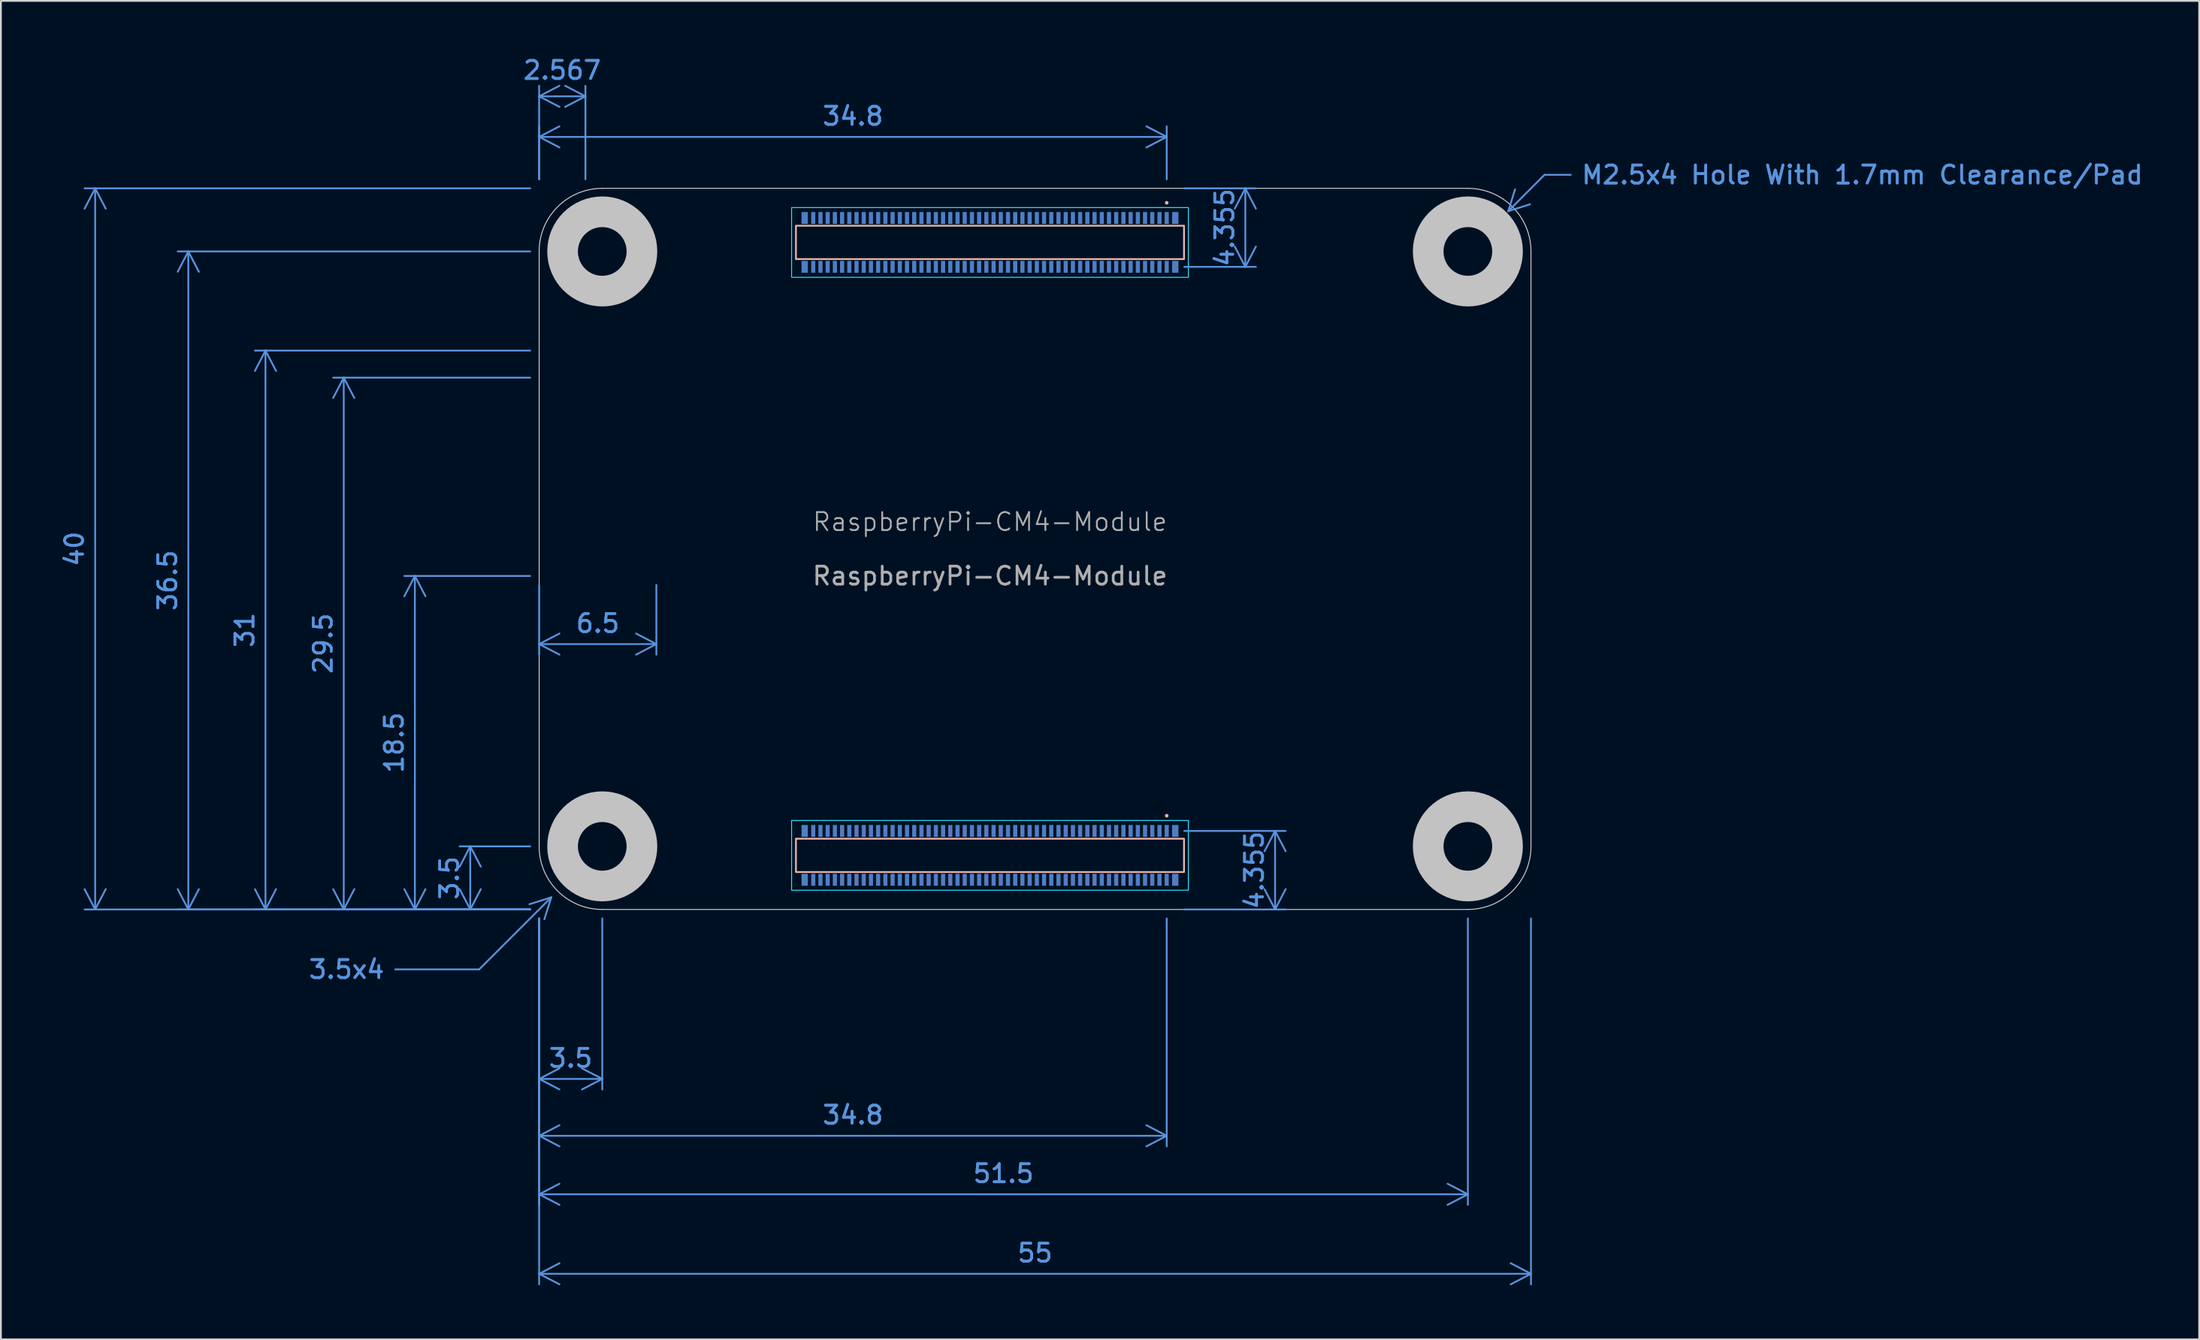
<source format=kicad_pcb>
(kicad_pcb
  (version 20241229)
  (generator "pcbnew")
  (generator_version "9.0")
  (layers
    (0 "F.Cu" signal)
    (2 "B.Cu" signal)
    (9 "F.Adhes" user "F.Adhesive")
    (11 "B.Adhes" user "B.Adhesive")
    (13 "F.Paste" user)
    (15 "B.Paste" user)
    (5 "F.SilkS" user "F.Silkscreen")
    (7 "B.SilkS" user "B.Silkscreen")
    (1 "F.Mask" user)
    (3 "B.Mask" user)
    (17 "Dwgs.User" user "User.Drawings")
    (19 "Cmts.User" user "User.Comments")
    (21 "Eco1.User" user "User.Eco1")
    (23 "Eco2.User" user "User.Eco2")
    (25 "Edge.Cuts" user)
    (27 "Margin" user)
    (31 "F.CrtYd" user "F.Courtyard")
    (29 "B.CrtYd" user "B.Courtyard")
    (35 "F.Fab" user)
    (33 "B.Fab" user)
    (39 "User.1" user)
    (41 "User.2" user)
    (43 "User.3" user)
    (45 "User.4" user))
  (footprint "RaspberryPi-CM4-Module"
    (layer "F.Cu")
    (at 51.847 47.398)
    (property "Reference" "RaspberryPi-CM4-Module" (at 0 -21.5 0) (unlocked yes) (layer "F.Fab") (effects (font (size 1 1) (thickness 0.1))))
    (attr smd)
    (fp_rect (start -10.76 -37.925) (end 10.76 -36.075) (stroke (width 0.1) (type solid)) (fill no) (layer "B.SilkS"))
    (fp_rect (start -10.76 -3.925) (end 10.76 -2.075) (stroke (width 0.1) (type solid)) (fill no) (layer "B.SilkS"))
    (fp_circle (center 9.8 -39.2) (end 9.9 -39.2) (stroke (width 0) (type default)) (fill yes) (layer "B.SilkS"))
    (fp_circle (center 9.8 -5.2) (end 9.9 -5.2) (stroke (width 0) (type default)) (fill yes) (layer "B.SilkS"))
    (fp_circle (center -21.5 -36.5) (end -19.3 -36.5) (stroke (width 1.7) (type default)) (fill no) (layer "Dwgs.User"))
    (fp_circle (center -21.5 -3.5) (end -19.3 -3.5) (stroke (width 1.7) (type default)) (fill no) (layer "Dwgs.User"))
    (fp_circle (center 26.5 -36.5) (end 28.7 -36.5) (stroke (width 1.7) (type default)) (fill no) (layer "Dwgs.User"))
    (fp_circle (center 26.5 -3.5) (end 28.7 -3.5) (stroke (width 1.7) (type default)) (fill no) (layer "Dwgs.User"))
    (fp_line (start -25 -3.5) (end -25 -36.5) (stroke (width 0.05) (type default)) (layer "Edge.Cuts"))
    (fp_line (start -21.5 -40) (end 26.5 -40) (stroke (width 0.05) (type default)) (layer "Edge.Cuts"))
    (fp_line (start 26.5 0) (end -21.5 0) (stroke (width 0.05) (type default)) (layer "Edge.Cuts"))
    (fp_line (start 30 -36.5) (end 30 -3.5) (stroke (width 0.05) (type default)) (layer "Edge.Cuts"))
    (fp_arc (start -25 -36.5) (mid -23.974874 -38.974874) (end -21.5 -40) (stroke (width 0.05) (type default)) (layer "Edge.Cuts"))
    (fp_arc (start -21.5 0) (mid -23.974874 -1.025126) (end -25 -3.5) (stroke (width 0.05) (type default)) (layer "Edge.Cuts"))
    (fp_arc (start 26.5 -40) (mid 28.974874 -38.974874) (end 30 -36.5) (stroke (width 0.05) (type default)) (layer "Edge.Cuts"))
    (fp_arc (start 30 -3.5) (mid 28.974874 -1.025126) (end 26.5 0) (stroke (width 0.05) (type default)) (layer "Edge.Cuts"))
    (fp_rect (start -11 -38.935) (end 11 -35.065) (stroke (width 0.05) (type solid)) (fill no) (layer "B.CrtYd"))
    (fp_rect (start -11 -4.935) (end 11 -1.065) (stroke (width 0.05) (type solid)) (fill no) (layer "B.CrtYd"))
    (fp_circle (center -22.433 -31) (end -21.433 -31) (stroke (width 0.1) (type default)) (fill no) (layer "User.3"))
    (fp_rect (start -25 -29.5) (end -18.5 -18.5) (stroke (width 0.1) (type dash)) (fill no) (layer "User.4"))
    (fp_text user "${REFERENCE}" (at 0 -18.5 0) (unlocked yes) (layer "F.Fab") (effects (font (size 1 1) (thickness 0.15))))
    (fp_text user "U.FL" (at -21.483 -31 0) (unlocked yes) (layer "User.3") (effects (font (size 1 1) (thickness 0.15)) (justify left)))
    (fp_text user "Cutout" (at -20.18 -24 90) (unlocked yes) (layer "User.4") (effects (font (size 1.5 1.5) (thickness 0.165))))
    (fp_text user "Wireless" (at -23.305 -24 90) (unlocked yes) (layer "User.4") (effects (font (size 1.5 1.5) (thickness 0.165))))
    (dimension (type leader) (layer "Cmts.User") (pts (xy 27.873 46.373) (xy 23.522 50.723)) (format (prefix "") (suffix "") (units 0) (units_format 0) (precision 4) (override_value "3.5x4")) (style (thickness 0.1) (arrow_length 1.27) (text_position_mode 0) (text_frame 0) (extension_offset 0.5)) (gr_text "3.5x4" (at 16.172 50.723 0) (layer "Cmts.User") (effects (font (size 1 1) (thickness 0.15)))))
    (dimension (type leader) (layer "Cmts.User") (pts (xy 80.232 9.018) (xy 82.597 6.648)) (format (prefix "") (suffix "") (units 0) (units_format 0) (precision 4) (override_value "M2.5x4 Hole With 1.7mm Clearance/Pad")) (style (thickness 0.1) (arrow_length 1.27) (text_position_mode 0) (text_frame 0) (extension_offset 0.5)) (gr_text "M2.5x4 Hole With 1.7mm Clearance/Pad" (at 100.227 6.648 0) (layer "Cmts.User") (effects (font (size 1 1) (thickness 0.15)))))
    (dimension (type orthogonal) (layer "Cmts.User") (pts (xy 26.847 28.898) (xy 33.347 28.898)) (height 3.78) (orientation 0) (format (prefix "") (suffix "") (units 3) (units_format 0) (precision 4) (suppress_zeroes yes)) (style (thickness 0.1) (arrow_length 1.27) (text_position_mode 0) (arrow_direction outward) (extension_height 0.586) (extension_offset 0.5) (keep_text_aligned yes)) (gr_text "6.5" (at 30.097 31.528 0) (layer "Cmts.User") (effects (font (size 1 1) (thickness 0.15)))))
    (dimension (type orthogonal) (layer "Cmts.User") (pts (xy 26.847 47.398) (xy 78.347 47.398)) (height 15.8) (orientation 0) (format (prefix "") (suffix "") (units 3) (units_format 0) (precision 4) (suppress_zeroes yes)) (style (thickness 0.1) (arrow_length 1.27) (text_position_mode 0) (arrow_direction outward) (extension_height 0.586) (extension_offset 0.5) (keep_text_aligned yes)) (gr_text "51.5" (at 52.597 62.048 0) (layer "Cmts.User") (effects (font (size 1 1) (thickness 0.15)))))
    (dimension (type orthogonal) (layer "Cmts.User") (pts (xy 62.122 43.043) (xy 62.122 47.398)) (height 5.535) (orientation 1) (format (prefix "") (suffix "") (units 3) (units_format 0) (precision 4) (suppress_zeroes yes)) (style (thickness 0.1) (arrow_length 1.27) (text_position_mode 0) (arrow_direction outward) (extension_height 0.586) (extension_offset 0.5) (keep_text_aligned yes)) (gr_text "4.355" (at 66.507 45.221 90) (layer "Cmts.User") (effects (font (size 1 1) (thickness 0.15)))))
    (dimension (type orthogonal) (layer "Cmts.User") (pts (xy 26.847 7.398) (xy 61.647 7.398)) (height -2.855) (orientation 0) (format (prefix "") (suffix "") (units 3) (units_format 0) (precision 4) (suppress_zeroes yes)) (style (thickness 0.1) (arrow_length 1.27) (text_position_mode 0) (arrow_direction outward) (extension_height 0.586) (extension_offset 0.5) (keep_text_aligned yes)) (gr_text "34.8" (at 44.247 3.393 0) (layer "Cmts.User") (effects (font (size 1 1) (thickness 0.15)))))
    (dimension (type orthogonal) (layer "Cmts.User") (pts (xy 26.847 47.398) (xy 26.847 28.898)) (height -6.89) (orientation 1) (format (prefix "") (suffix "") (units 3) (units_format 0) (precision 4) (suppress_zeroes yes)) (style (thickness 0.1) (arrow_length 1.27) (text_position_mode 0) (arrow_direction outward) (extension_height 0.586) (extension_offset 0.5) (keep_text_aligned yes)) (gr_text "18.5" (at 18.807 38.148 90) (layer "Cmts.User") (effects (font (size 1 1) (thickness 0.15)))))
    (dimension (type orthogonal) (layer "Cmts.User") (pts (xy 62.122 11.753) (xy 62.122 7.398)) (height 3.885) (orientation 1) (format (prefix "") (suffix "") (units 3) (units_format 0) (precision 4) (suppress_zeroes yes)) (style (thickness 0.1) (arrow_length 1.27) (text_position_mode 0) (arrow_direction outward) (extension_height 0.586) (extension_offset 0.5) (keep_text_aligned yes)) (gr_text "4.355" (at 64.857 9.576 90) (layer "Cmts.User") (effects (font (size 1 1) (thickness 0.15)))))
    (dimension (type orthogonal) (layer "Cmts.User") (pts (xy 26.847 47.398) (xy 26.847 7.398)) (height -24.62) (orientation 1) (format (prefix "") (suffix "") (units 3) (units_format 0) (precision 4) (suppress_zeroes yes)) (style (thickness 0.1) (arrow_length 1.27) (text_position_mode 0) (arrow_direction outward) (extension_height 0.586) (extension_offset 0.5) (keep_text_aligned yes)) (gr_text "40" (at 1.077 27.398 90) (layer "Cmts.User") (effects (font (size 1 1) (thickness 0.15)))))
    (dimension (type orthogonal) (layer "Cmts.User") (pts (xy 30.347 47.398) (xy 26.847 47.398)) (height 9.4) (orientation 0) (format (prefix "") (suffix "") (units 3) (units_format 0) (precision 4) (suppress_zeroes yes)) (style (thickness 0.1) (arrow_length 1.27) (text_position_mode 0) (arrow_direction outward) (extension_height 0.586) (extension_offset 0.5) (keep_text_aligned yes)) (gr_text "3.5" (at 28.597 55.648 0) (layer "Cmts.User") (effects (font (size 1 1) (thickness 0.15)))))
    (dimension (type orthogonal) (layer "Cmts.User") (pts (xy 26.847 47.398) (xy 26.847 43.898)) (height -3.82) (orientation 1) (format (prefix "") (suffix "") (units 3) (units_format 0) (precision 4) (suppress_zeroes yes)) (style (thickness 0.1) (arrow_length 1.27) (text_position_mode 0) (arrow_direction outward) (extension_height 0.586) (extension_offset 0.5) (keep_text_aligned yes)) (gr_text "3.5" (at 21.877 45.648 90) (layer "Cmts.User") (effects (font (size 1 1) (thickness 0.15)))))
    (dimension (type orthogonal) (layer "Cmts.User") (pts (xy 26.847 47.398) (xy 26.847 10.898)) (height -19.455) (orientation 1) (format (prefix "") (suffix "") (units 3) (units_format 0) (precision 4) (suppress_zeroes yes)) (style (thickness 0.1) (arrow_length 1.27) (text_position_mode 0) (arrow_direction outward) (extension_height 0.586) (extension_offset 0.5) (keep_text_aligned yes)) (gr_text "36.5" (at 6.242 29.148 90) (layer "Cmts.User") (effects (font (size 1 1) (thickness 0.15)))))
    (dimension (type orthogonal) (layer "Cmts.User") (pts (xy 26.847 47.398) (xy 26.847 17.898)) (height -10.835) (orientation 1) (format (prefix "") (suffix "") (units 3) (units_format 0) (precision 4) (suppress_zeroes yes)) (style (thickness 0.1) (arrow_length 1.27) (text_position_mode 0) (arrow_direction outward) (extension_height 0.586) (extension_offset 0.5) (keep_text_aligned yes)) (gr_text "29.5" (at 14.862 32.648 90) (layer "Cmts.User") (effects (font (size 1 1) (thickness 0.15)))))
    (dimension (type orthogonal) (layer "Cmts.User") (pts (xy 26.847 47.398) (xy 61.647 47.398)) (height 12.555) (orientation 0) (format (prefix "") (suffix "") (units 3) (units_format 0) (precision 4) (suppress_zeroes yes)) (style (thickness 0.1) (arrow_length 1.27) (text_position_mode 0) (arrow_direction outward) (extension_height 0.586) (extension_offset 0.5) (keep_text_aligned yes)) (gr_text "34.8" (at 44.247 58.803 0) (layer "Cmts.User") (effects (font (size 1 1) (thickness 0.15)))))
    (dimension (type orthogonal) (layer "Cmts.User") (pts (xy 26.847 47.398) (xy 81.847 47.398)) (height 20.21) (orientation 0) (format (prefix "") (suffix "") (units 3) (units_format 0) (precision 4) (suppress_zeroes yes)) (style (thickness 0.1) (arrow_length 1.27) (text_position_mode 0) (arrow_direction outward) (extension_height 0.586) (extension_offset 0.5) (keep_text_aligned yes)) (gr_text "55" (at 54.347 66.458 0) (layer "Cmts.User") (effects (font (size 1 1) (thickness 0.15)))))
    (dimension (type orthogonal) (layer "Cmts.User") (pts (xy 26.847 47.398) (xy 26.847 16.398)) (height -15.175) (orientation 1) (format (prefix "") (suffix "") (units 3) (units_format 0) (precision 4) (suppress_zeroes yes)) (style (thickness 0.1) (arrow_length 1.27) (text_position_mode 0) (arrow_direction outward) (extension_height 0.586) (extension_offset 0.5) (keep_text_aligned yes)) (gr_text "31" (at 10.522 31.898 90) (layer "Cmts.User") (effects (font (size 1 1) (thickness 0.15)))))
    (dimension (type orthogonal) (layer "Cmts.User") (pts (xy 29.414 7.398) (xy 26.847 7.398)) (height -5.105) (orientation 0) (format (prefix "") (suffix "") (units 3) (units_format 0) (precision 4) (suppress_zeroes yes)) (style (thickness 0.1) (arrow_length 1.27) (text_position_mode 2) (arrow_direction outward) (extension_height 0.586) (extension_offset 0.5) (keep_text_aligned yes)) (gr_text "2.567" (at 28.127 0.848 0) (layer "Cmts.User") (effects (font (size 1 1) (thickness 0.15)))))
    (pad "1" smd rect (at 9.8 -38.355) (size 0.23 0.66) (layers "B.Cu" "B.Mask" "B.Paste"))
    (pad "1" smd rect (at 9.8 -4.355) (size 0.23 0.66) (layers "B.Cu" "B.Mask" "B.Paste"))
    (pad "2" smd rect (at 9.8 -35.645) (size 0.23 0.66) (layers "B.Cu" "B.Mask" "B.Paste"))
    (pad "2" smd rect (at 9.8 -1.645) (size 0.23 0.66) (layers "B.Cu" "B.Mask" "B.Paste"))
    (pad "3" smd rect (at 9.4 -38.355) (size 0.23 0.66) (layers "B.Cu" "B.Mask" "B.Paste"))
    (pad "3" smd rect (at 9.4 -4.355) (size 0.23 0.66) (layers "B.Cu" "B.Mask" "B.Paste"))
    (pad "4" smd rect (at 9.4 -35.645) (size 0.23 0.66) (layers "B.Cu" "B.Mask" "B.Paste"))
    (pad "4" smd rect (at 9.4 -1.645) (size 0.23 0.66) (layers "B.Cu" "B.Mask" "B.Paste"))
    (pad "5" smd rect (at 9 -38.355) (size 0.23 0.66) (layers "B.Cu" "B.Mask" "B.Paste"))
    (pad "5" smd rect (at 9 -4.355) (size 0.23 0.66) (layers "B.Cu" "B.Mask" "B.Paste"))
    (pad "6" smd rect (at 9 -35.645) (size 0.23 0.66) (layers "B.Cu" "B.Mask" "B.Paste"))
    (pad "6" smd rect (at 9 -1.645) (size 0.23 0.66) (layers "B.Cu" "B.Mask" "B.Paste"))
    (pad "7" smd rect (at 8.6 -38.355) (size 0.23 0.66) (layers "B.Cu" "B.Mask" "B.Paste"))
    (pad "7" smd rect (at 8.6 -4.355) (size 0.23 0.66) (layers "B.Cu" "B.Mask" "B.Paste"))
    (pad "8" smd rect (at 8.6 -35.645) (size 0.23 0.66) (layers "B.Cu" "B.Mask" "B.Paste"))
    (pad "8" smd rect (at 8.6 -1.645) (size 0.23 0.66) (layers "B.Cu" "B.Mask" "B.Paste"))
    (pad "9" smd rect (at 8.2 -38.355) (size 0.23 0.66) (layers "B.Cu" "B.Mask" "B.Paste"))
    (pad "9" smd rect (at 8.2 -4.355) (size 0.23 0.66) (layers "B.Cu" "B.Mask" "B.Paste"))
    (pad "10" smd rect (at 8.2 -35.645) (size 0.23 0.66) (layers "B.Cu" "B.Mask" "B.Paste"))
    (pad "10" smd rect (at 8.2 -1.645) (size 0.23 0.66) (layers "B.Cu" "B.Mask" "B.Paste"))
    (pad "11" smd rect (at 7.8 -38.355) (size 0.23 0.66) (layers "B.Cu" "B.Mask" "B.Paste"))
    (pad "11" smd rect (at 7.8 -4.355) (size 0.23 0.66) (layers "B.Cu" "B.Mask" "B.Paste"))
    (pad "12" smd rect (at 7.8 -35.645) (size 0.23 0.66) (layers "B.Cu" "B.Mask" "B.Paste"))
    (pad "12" smd rect (at 7.8 -1.645) (size 0.23 0.66) (layers "B.Cu" "B.Mask" "B.Paste"))
    (pad "13" smd rect (at 7.4 -38.355) (size 0.23 0.66) (layers "B.Cu" "B.Mask" "B.Paste"))
    (pad "13" smd rect (at 7.4 -4.355) (size 0.23 0.66) (layers "B.Cu" "B.Mask" "B.Paste"))
    (pad "14" smd rect (at 7.4 -35.645) (size 0.23 0.66) (layers "B.Cu" "B.Mask" "B.Paste"))
    (pad "14" smd rect (at 7.4 -1.645) (size 0.23 0.66) (layers "B.Cu" "B.Mask" "B.Paste"))
    (pad "15" smd rect (at 7 -38.355) (size 0.23 0.66) (layers "B.Cu" "B.Mask" "B.Paste"))
    (pad "15" smd rect (at 7 -4.355) (size 0.23 0.66) (layers "B.Cu" "B.Mask" "B.Paste"))
    (pad "16" smd rect (at 7 -35.645) (size 0.23 0.66) (layers "B.Cu" "B.Mask" "B.Paste"))
    (pad "16" smd rect (at 7 -1.645) (size 0.23 0.66) (layers "B.Cu" "B.Mask" "B.Paste"))
    (pad "17" smd rect (at 6.6 -38.355) (size 0.23 0.66) (layers "B.Cu" "B.Mask" "B.Paste"))
    (pad "17" smd rect (at 6.6 -4.355) (size 0.23 0.66) (layers "B.Cu" "B.Mask" "B.Paste"))
    (pad "18" smd rect (at 6.6 -35.645) (size 0.23 0.66) (layers "B.Cu" "B.Mask" "B.Paste"))
    (pad "18" smd rect (at 6.6 -1.645) (size 0.23 0.66) (layers "B.Cu" "B.Mask" "B.Paste"))
    (pad "19" smd rect (at 6.2 -38.355) (size 0.23 0.66) (layers "B.Cu" "B.Mask" "B.Paste"))
    (pad "19" smd rect (at 6.2 -4.355) (size 0.23 0.66) (layers "B.Cu" "B.Mask" "B.Paste"))
    (pad "20" smd rect (at 6.2 -35.645) (size 0.23 0.66) (layers "B.Cu" "B.Mask" "B.Paste"))
    (pad "20" smd rect (at 6.2 -1.645) (size 0.23 0.66) (layers "B.Cu" "B.Mask" "B.Paste"))
    (pad "21" smd rect (at 5.8 -38.355) (size 0.23 0.66) (layers "B.Cu" "B.Mask" "B.Paste"))
    (pad "21" smd rect (at 5.8 -4.355) (size 0.23 0.66) (layers "B.Cu" "B.Mask" "B.Paste"))
    (pad "22" smd rect (at 5.8 -35.645) (size 0.23 0.66) (layers "B.Cu" "B.Mask" "B.Paste"))
    (pad "22" smd rect (at 5.8 -1.645) (size 0.23 0.66) (layers "B.Cu" "B.Mask" "B.Paste"))
    (pad "23" smd rect (at 5.4 -38.355) (size 0.23 0.66) (layers "B.Cu" "B.Mask" "B.Paste"))
    (pad "23" smd rect (at 5.4 -4.355) (size 0.23 0.66) (layers "B.Cu" "B.Mask" "B.Paste"))
    (pad "24" smd rect (at 5.4 -35.645) (size 0.23 0.66) (layers "B.Cu" "B.Mask" "B.Paste"))
    (pad "24" smd rect (at 5.4 -1.645) (size 0.23 0.66) (layers "B.Cu" "B.Mask" "B.Paste"))
    (pad "25" smd rect (at 5 -38.355) (size 0.23 0.66) (layers "B.Cu" "B.Mask" "B.Paste"))
    (pad "25" smd rect (at 5 -4.355) (size 0.23 0.66) (layers "B.Cu" "B.Mask" "B.Paste"))
    (pad "26" smd rect (at 5 -35.645) (size 0.23 0.66) (layers "B.Cu" "B.Mask" "B.Paste"))
    (pad "26" smd rect (at 5 -1.645) (size 0.23 0.66) (layers "B.Cu" "B.Mask" "B.Paste"))
    (pad "27" smd rect (at 4.6 -38.355) (size 0.23 0.66) (layers "B.Cu" "B.Mask" "B.Paste"))
    (pad "27" smd rect (at 4.6 -4.355) (size 0.23 0.66) (layers "B.Cu" "B.Mask" "B.Paste"))
    (pad "28" smd rect (at 4.6 -35.645) (size 0.23 0.66) (layers "B.Cu" "B.Mask" "B.Paste"))
    (pad "28" smd rect (at 4.6 -1.645) (size 0.23 0.66) (layers "B.Cu" "B.Mask" "B.Paste"))
    (pad "29" smd rect (at 4.2 -38.355) (size 0.23 0.66) (layers "B.Cu" "B.Mask" "B.Paste"))
    (pad "29" smd rect (at 4.2 -4.355) (size 0.23 0.66) (layers "B.Cu" "B.Mask" "B.Paste"))
    (pad "30" smd rect (at 4.2 -35.645) (size 0.23 0.66) (layers "B.Cu" "B.Mask" "B.Paste"))
    (pad "30" smd rect (at 4.2 -1.645) (size 0.23 0.66) (layers "B.Cu" "B.Mask" "B.Paste"))
    (pad "31" smd rect (at 3.8 -38.355) (size 0.23 0.66) (layers "B.Cu" "B.Mask" "B.Paste"))
    (pad "31" smd rect (at 3.8 -4.355) (size 0.23 0.66) (layers "B.Cu" "B.Mask" "B.Paste"))
    (pad "32" smd rect (at 3.8 -35.645) (size 0.23 0.66) (layers "B.Cu" "B.Mask" "B.Paste"))
    (pad "32" smd rect (at 3.8 -1.645) (size 0.23 0.66) (layers "B.Cu" "B.Mask" "B.Paste"))
    (pad "33" smd rect (at 3.4 -38.355) (size 0.23 0.66) (layers "B.Cu" "B.Mask" "B.Paste"))
    (pad "33" smd rect (at 3.4 -4.355) (size 0.23 0.66) (layers "B.Cu" "B.Mask" "B.Paste"))
    (pad "34" smd rect (at 3.4 -35.645) (size 0.23 0.66) (layers "B.Cu" "B.Mask" "B.Paste"))
    (pad "34" smd rect (at 3.4 -1.645) (size 0.23 0.66) (layers "B.Cu" "B.Mask" "B.Paste"))
    (pad "35" smd rect (at 3 -38.355) (size 0.23 0.66) (layers "B.Cu" "B.Mask" "B.Paste"))
    (pad "35" smd rect (at 3 -4.355) (size 0.23 0.66) (layers "B.Cu" "B.Mask" "B.Paste"))
    (pad "36" smd rect (at 3 -35.645) (size 0.23 0.66) (layers "B.Cu" "B.Mask" "B.Paste"))
    (pad "36" smd rect (at 3 -1.645) (size 0.23 0.66) (layers "B.Cu" "B.Mask" "B.Paste"))
    (pad "37" smd rect (at 2.6 -38.355) (size 0.23 0.66) (layers "B.Cu" "B.Mask" "B.Paste"))
    (pad "37" smd rect (at 2.6 -4.355) (size 0.23 0.66) (layers "B.Cu" "B.Mask" "B.Paste"))
    (pad "38" smd rect (at 2.6 -35.645) (size 0.23 0.66) (layers "B.Cu" "B.Mask" "B.Paste"))
    (pad "38" smd rect (at 2.6 -1.645) (size 0.23 0.66) (layers "B.Cu" "B.Mask" "B.Paste"))
    (pad "39" smd rect (at 2.2 -38.355) (size 0.23 0.66) (layers "B.Cu" "B.Mask" "B.Paste"))
    (pad "39" smd rect (at 2.2 -4.355) (size 0.23 0.66) (layers "B.Cu" "B.Mask" "B.Paste"))
    (pad "40" smd rect (at 2.2 -35.645) (size 0.23 0.66) (layers "B.Cu" "B.Mask" "B.Paste"))
    (pad "40" smd rect (at 2.2 -1.645) (size 0.23 0.66) (layers "B.Cu" "B.Mask" "B.Paste"))
    (pad "41" smd rect (at 1.8 -38.355) (size 0.23 0.66) (layers "B.Cu" "B.Mask" "B.Paste"))
    (pad "41" smd rect (at 1.8 -4.355) (size 0.23 0.66) (layers "B.Cu" "B.Mask" "B.Paste"))
    (pad "42" smd rect (at 1.8 -35.645) (size 0.23 0.66) (layers "B.Cu" "B.Mask" "B.Paste"))
    (pad "42" smd rect (at 1.8 -1.645) (size 0.23 0.66) (layers "B.Cu" "B.Mask" "B.Paste"))
    (pad "43" smd rect (at 1.4 -38.355) (size 0.23 0.66) (layers "B.Cu" "B.Mask" "B.Paste"))
    (pad "43" smd rect (at 1.4 -4.355) (size 0.23 0.66) (layers "B.Cu" "B.Mask" "B.Paste"))
    (pad "44" smd rect (at 1.4 -35.645) (size 0.23 0.66) (layers "B.Cu" "B.Mask" "B.Paste"))
    (pad "44" smd rect (at 1.4 -1.645) (size 0.23 0.66) (layers "B.Cu" "B.Mask" "B.Paste"))
    (pad "45" smd rect (at 1 -38.355) (size 0.23 0.66) (layers "B.Cu" "B.Mask" "B.Paste"))
    (pad "45" smd rect (at 1 -4.355) (size 0.23 0.66) (layers "B.Cu" "B.Mask" "B.Paste"))
    (pad "46" smd rect (at 1 -35.645) (size 0.23 0.66) (layers "B.Cu" "B.Mask" "B.Paste"))
    (pad "46" smd rect (at 1 -1.645) (size 0.23 0.66) (layers "B.Cu" "B.Mask" "B.Paste"))
    (pad "47" smd rect (at 0.6 -38.355) (size 0.23 0.66) (layers "B.Cu" "B.Mask" "B.Paste"))
    (pad "47" smd rect (at 0.6 -4.355) (size 0.23 0.66) (layers "B.Cu" "B.Mask" "B.Paste"))
    (pad "48" smd rect (at 0.6 -35.645) (size 0.23 0.66) (layers "B.Cu" "B.Mask" "B.Paste"))
    (pad "48" smd rect (at 0.6 -1.645) (size 0.23 0.66) (layers "B.Cu" "B.Mask" "B.Paste"))
    (pad "49" smd rect (at 0.2 -38.355) (size 0.23 0.66) (layers "B.Cu" "B.Mask" "B.Paste"))
    (pad "49" smd rect (at 0.2 -4.355) (size 0.23 0.66) (layers "B.Cu" "B.Mask" "B.Paste"))
    (pad "50" smd rect (at 0.2 -35.645) (size 0.23 0.66) (layers "B.Cu" "B.Mask" "B.Paste"))
    (pad "50" smd rect (at 0.2 -1.645) (size 0.23 0.66) (layers "B.Cu" "B.Mask" "B.Paste"))
    (pad "51" smd rect (at -0.2 -38.355) (size 0.23 0.66) (layers "B.Cu" "B.Mask" "B.Paste"))
    (pad "51" smd rect (at -0.2 -4.355) (size 0.23 0.66) (layers "B.Cu" "B.Mask" "B.Paste"))
    (pad "52" smd rect (at -0.2 -35.645) (size 0.23 0.66) (layers "B.Cu" "B.Mask" "B.Paste"))
    (pad "52" smd rect (at -0.2 -1.645) (size 0.23 0.66) (layers "B.Cu" "B.Mask" "B.Paste"))
    (pad "53" smd rect (at -0.6 -38.355) (size 0.23 0.66) (layers "B.Cu" "B.Mask" "B.Paste"))
    (pad "53" smd rect (at -0.6 -4.355) (size 0.23 0.66) (layers "B.Cu" "B.Mask" "B.Paste"))
    (pad "54" smd rect (at -0.6 -35.645) (size 0.23 0.66) (layers "B.Cu" "B.Mask" "B.Paste"))
    (pad "54" smd rect (at -0.6 -1.645) (size 0.23 0.66) (layers "B.Cu" "B.Mask" "B.Paste"))
    (pad "55" smd rect (at -1 -38.355) (size 0.23 0.66) (layers "B.Cu" "B.Mask" "B.Paste"))
    (pad "55" smd rect (at -1 -4.355) (size 0.23 0.66) (layers "B.Cu" "B.Mask" "B.Paste"))
    (pad "56" smd rect (at -1 -35.645) (size 0.23 0.66) (layers "B.Cu" "B.Mask" "B.Paste"))
    (pad "56" smd rect (at -1 -1.645) (size 0.23 0.66) (layers "B.Cu" "B.Mask" "B.Paste"))
    (pad "57" smd rect (at -1.4 -38.355) (size 0.23 0.66) (layers "B.Cu" "B.Mask" "B.Paste"))
    (pad "57" smd rect (at -1.4 -4.355) (size 0.23 0.66) (layers "B.Cu" "B.Mask" "B.Paste"))
    (pad "58" smd rect (at -1.4 -35.645) (size 0.23 0.66) (layers "B.Cu" "B.Mask" "B.Paste"))
    (pad "58" smd rect (at -1.4 -1.645) (size 0.23 0.66) (layers "B.Cu" "B.Mask" "B.Paste"))
    (pad "59" smd rect (at -1.8 -38.355) (size 0.23 0.66) (layers "B.Cu" "B.Mask" "B.Paste"))
    (pad "59" smd rect (at -1.8 -4.355) (size 0.23 0.66) (layers "B.Cu" "B.Mask" "B.Paste"))
    (pad "60" smd rect (at -1.8 -35.645) (size 0.23 0.66) (layers "B.Cu" "B.Mask" "B.Paste"))
    (pad "60" smd rect (at -1.8 -1.645) (size 0.23 0.66) (layers "B.Cu" "B.Mask" "B.Paste"))
    (pad "61" smd rect (at -2.2 -38.355) (size 0.23 0.66) (layers "B.Cu" "B.Mask" "B.Paste"))
    (pad "61" smd rect (at -2.2 -4.355) (size 0.23 0.66) (layers "B.Cu" "B.Mask" "B.Paste"))
    (pad "62" smd rect (at -2.2 -35.645) (size 0.23 0.66) (layers "B.Cu" "B.Mask" "B.Paste"))
    (pad "62" smd rect (at -2.2 -1.645) (size 0.23 0.66) (layers "B.Cu" "B.Mask" "B.Paste"))
    (pad "63" smd rect (at -2.6 -38.355) (size 0.23 0.66) (layers "B.Cu" "B.Mask" "B.Paste"))
    (pad "63" smd rect (at -2.6 -4.355) (size 0.23 0.66) (layers "B.Cu" "B.Mask" "B.Paste"))
    (pad "64" smd rect (at -2.6 -35.645) (size 0.23 0.66) (layers "B.Cu" "B.Mask" "B.Paste"))
    (pad "64" smd rect (at -2.6 -1.645) (size 0.23 0.66) (layers "B.Cu" "B.Mask" "B.Paste"))
    (pad "65" smd rect (at -3 -38.355) (size 0.23 0.66) (layers "B.Cu" "B.Mask" "B.Paste"))
    (pad "65" smd rect (at -3 -4.355) (size 0.23 0.66) (layers "B.Cu" "B.Mask" "B.Paste"))
    (pad "66" smd rect (at -3 -35.645) (size 0.23 0.66) (layers "B.Cu" "B.Mask" "B.Paste"))
    (pad "66" smd rect (at -3 -1.645) (size 0.23 0.66) (layers "B.Cu" "B.Mask" "B.Paste"))
    (pad "67" smd rect (at -3.4 -38.355) (size 0.23 0.66) (layers "B.Cu" "B.Mask" "B.Paste"))
    (pad "67" smd rect (at -3.4 -4.355) (size 0.23 0.66) (layers "B.Cu" "B.Mask" "B.Paste"))
    (pad "68" smd rect (at -3.4 -35.645) (size 0.23 0.66) (layers "B.Cu" "B.Mask" "B.Paste"))
    (pad "68" smd rect (at -3.4 -1.645) (size 0.23 0.66) (layers "B.Cu" "B.Mask" "B.Paste"))
    (pad "69" smd rect (at -3.8 -38.355) (size 0.23 0.66) (layers "B.Cu" "B.Mask" "B.Paste"))
    (pad "69" smd rect (at -3.8 -4.355) (size 0.23 0.66) (layers "B.Cu" "B.Mask" "B.Paste"))
    (pad "70" smd rect (at -3.8 -35.645) (size 0.23 0.66) (layers "B.Cu" "B.Mask" "B.Paste"))
    (pad "70" smd rect (at -3.8 -1.645) (size 0.23 0.66) (layers "B.Cu" "B.Mask" "B.Paste"))
    (pad "71" smd rect (at -4.2 -38.355) (size 0.23 0.66) (layers "B.Cu" "B.Mask" "B.Paste"))
    (pad "71" smd rect (at -4.2 -4.355) (size 0.23 0.66) (layers "B.Cu" "B.Mask" "B.Paste"))
    (pad "72" smd rect (at -4.2 -35.645) (size 0.23 0.66) (layers "B.Cu" "B.Mask" "B.Paste"))
    (pad "72" smd rect (at -4.2 -1.645) (size 0.23 0.66) (layers "B.Cu" "B.Mask" "B.Paste"))
    (pad "73" smd rect (at -4.6 -38.355) (size 0.23 0.66) (layers "B.Cu" "B.Mask" "B.Paste"))
    (pad "73" smd rect (at -4.6 -4.355) (size 0.23 0.66) (layers "B.Cu" "B.Mask" "B.Paste"))
    (pad "74" smd rect (at -4.6 -35.645) (size 0.23 0.66) (layers "B.Cu" "B.Mask" "B.Paste"))
    (pad "74" smd rect (at -4.6 -1.645) (size 0.23 0.66) (layers "B.Cu" "B.Mask" "B.Paste"))
    (pad "75" smd rect (at -5 -38.355) (size 0.23 0.66) (layers "B.Cu" "B.Mask" "B.Paste"))
    (pad "75" smd rect (at -5 -4.355) (size 0.23 0.66) (layers "B.Cu" "B.Mask" "B.Paste"))
    (pad "76" smd rect (at -5 -35.645) (size 0.23 0.66) (layers "B.Cu" "B.Mask" "B.Paste"))
    (pad "76" smd rect (at -5 -1.645) (size 0.23 0.66) (layers "B.Cu" "B.Mask" "B.Paste"))
    (pad "77" smd rect (at -5.4 -38.355) (size 0.23 0.66) (layers "B.Cu" "B.Mask" "B.Paste"))
    (pad "77" smd rect (at -5.4 -4.355) (size 0.23 0.66) (layers "B.Cu" "B.Mask" "B.Paste"))
    (pad "78" smd rect (at -5.4 -35.645) (size 0.23 0.66) (layers "B.Cu" "B.Mask" "B.Paste"))
    (pad "78" smd rect (at -5.4 -1.645) (size 0.23 0.66) (layers "B.Cu" "B.Mask" "B.Paste"))
    (pad "79" smd rect (at -5.8 -38.355) (size 0.23 0.66) (layers "B.Cu" "B.Mask" "B.Paste"))
    (pad "79" smd rect (at -5.8 -4.355) (size 0.23 0.66) (layers "B.Cu" "B.Mask" "B.Paste"))
    (pad "80" smd rect (at -5.8 -35.645) (size 0.23 0.66) (layers "B.Cu" "B.Mask" "B.Paste"))
    (pad "80" smd rect (at -5.8 -1.645) (size 0.23 0.66) (layers "B.Cu" "B.Mask" "B.Paste"))
    (pad "81" smd rect (at -6.2 -38.355) (size 0.23 0.66) (layers "B.Cu" "B.Mask" "B.Paste"))
    (pad "81" smd rect (at -6.2 -4.355) (size 0.23 0.66) (layers "B.Cu" "B.Mask" "B.Paste"))
    (pad "82" smd rect (at -6.2 -35.645) (size 0.23 0.66) (layers "B.Cu" "B.Mask" "B.Paste"))
    (pad "82" smd rect (at -6.2 -1.645) (size 0.23 0.66) (layers "B.Cu" "B.Mask" "B.Paste"))
    (pad "83" smd rect (at -6.6 -38.355) (size 0.23 0.66) (layers "B.Cu" "B.Mask" "B.Paste"))
    (pad "83" smd rect (at -6.6 -4.355) (size 0.23 0.66) (layers "B.Cu" "B.Mask" "B.Paste"))
    (pad "84" smd rect (at -6.6 -35.645) (size 0.23 0.66) (layers "B.Cu" "B.Mask" "B.Paste"))
    (pad "84" smd rect (at -6.6 -1.645) (size 0.23 0.66) (layers "B.Cu" "B.Mask" "B.Paste"))
    (pad "85" smd rect (at -7 -38.355) (size 0.23 0.66) (layers "B.Cu" "B.Mask" "B.Paste"))
    (pad "85" smd rect (at -7 -4.355) (size 0.23 0.66) (layers "B.Cu" "B.Mask" "B.Paste"))
    (pad "86" smd rect (at -7 -35.645) (size 0.23 0.66) (layers "B.Cu" "B.Mask" "B.Paste"))
    (pad "86" smd rect (at -7 -1.645) (size 0.23 0.66) (layers "B.Cu" "B.Mask" "B.Paste"))
    (pad "87" smd rect (at -7.4 -38.355) (size 0.23 0.66) (layers "B.Cu" "B.Mask" "B.Paste"))
    (pad "87" smd rect (at -7.4 -4.355) (size 0.23 0.66) (layers "B.Cu" "B.Mask" "B.Paste"))
    (pad "88" smd rect (at -7.4 -35.645) (size 0.23 0.66) (layers "B.Cu" "B.Mask" "B.Paste"))
    (pad "88" smd rect (at -7.4 -1.645) (size 0.23 0.66) (layers "B.Cu" "B.Mask" "B.Paste"))
    (pad "89" smd rect (at -7.8 -38.355) (size 0.23 0.66) (layers "B.Cu" "B.Mask" "B.Paste"))
    (pad "89" smd rect (at -7.8 -4.355) (size 0.23 0.66) (layers "B.Cu" "B.Mask" "B.Paste"))
    (pad "90" smd rect (at -7.8 -35.645) (size 0.23 0.66) (layers "B.Cu" "B.Mask" "B.Paste"))
    (pad "90" smd rect (at -7.8 -1.645) (size 0.23 0.66) (layers "B.Cu" "B.Mask" "B.Paste"))
    (pad "91" smd rect (at -8.2 -38.355) (size 0.23 0.66) (layers "B.Cu" "B.Mask" "B.Paste"))
    (pad "91" smd rect (at -8.2 -4.355) (size 0.23 0.66) (layers "B.Cu" "B.Mask" "B.Paste"))
    (pad "92" smd rect (at -8.2 -35.645) (size 0.23 0.66) (layers "B.Cu" "B.Mask" "B.Paste"))
    (pad "92" smd rect (at -8.2 -1.645) (size 0.23 0.66) (layers "B.Cu" "B.Mask" "B.Paste"))
    (pad "93" smd rect (at -8.6 -38.355) (size 0.23 0.66) (layers "B.Cu" "B.Mask" "B.Paste"))
    (pad "93" smd rect (at -8.6 -4.355) (size 0.23 0.66) (layers "B.Cu" "B.Mask" "B.Paste"))
    (pad "94" smd rect (at -8.6 -35.645) (size 0.23 0.66) (layers "B.Cu" "B.Mask" "B.Paste"))
    (pad "94" smd rect (at -8.6 -1.645) (size 0.23 0.66) (layers "B.Cu" "B.Mask" "B.Paste"))
    (pad "95" smd rect (at -9 -38.355) (size 0.23 0.66) (layers "B.Cu" "B.Mask" "B.Paste"))
    (pad "95" smd rect (at -9 -4.355) (size 0.23 0.66) (layers "B.Cu" "B.Mask" "B.Paste"))
    (pad "96" smd rect (at -9 -35.645) (size 0.23 0.66) (layers "B.Cu" "B.Mask" "B.Paste"))
    (pad "96" smd rect (at -9 -1.645) (size 0.23 0.66) (layers "B.Cu" "B.Mask" "B.Paste"))
    (pad "97" smd rect (at -9.4 -38.355) (size 0.23 0.66) (layers "B.Cu" "B.Mask" "B.Paste"))
    (pad "97" smd rect (at -9.4 -4.355) (size 0.23 0.66) (layers "B.Cu" "B.Mask" "B.Paste"))
    (pad "98" smd rect (at -9.4 -35.645) (size 0.23 0.66) (layers "B.Cu" "B.Mask" "B.Paste"))
    (pad "98" smd rect (at -9.4 -1.645) (size 0.23 0.66) (layers "B.Cu" "B.Mask" "B.Paste"))
    (pad "99" smd rect (at -9.8 -38.355) (size 0.23 0.66) (layers "B.Cu" "B.Mask" "B.Paste"))
    (pad "99" smd rect (at -9.8 -4.355) (size 0.23 0.66) (layers "B.Cu" "B.Mask" "B.Paste"))
    (pad "100" smd rect (at -9.8 -35.645) (size 0.23 0.66) (layers "B.Cu" "B.Mask" "B.Paste"))
    (pad "100" smd rect (at -9.8 -1.645) (size 0.23 0.66) (layers "B.Cu" "B.Mask" "B.Paste"))
    (pad "S1" smd rect (at 10.275 -38.355) (size 0.35 0.66) (layers "B.Cu" "B.Mask" "B.Paste"))
    (pad "S2" smd rect (at 10.275 -35.645) (size 0.35 0.66) (layers "B.Cu" "B.Mask" "B.Paste"))
    (pad "S3" smd rect (at -10.275 -38.355) (size 0.35 0.66) (layers "B.Cu" "B.Mask" "B.Paste"))
    (pad "S4" smd rect (at -10.275 -35.645) (size 0.35 0.66) (layers "B.Cu" "B.Mask" "B.Paste"))
    (pad "S5" smd rect (at 10.275 -4.355) (size 0.35 0.66) (layers "B.Cu" "B.Mask" "B.Paste"))
    (pad "S6" smd rect (at 10.275 -1.645) (size 0.35 0.66) (layers "B.Cu" "B.Mask" "B.Paste"))
    (pad "S7" smd rect (at -10.275 -4.355) (size 0.35 0.66) (layers "B.Cu" "B.Mask" "B.Paste"))
    (pad "S8" smd rect (at -10.275 -1.645) (size 0.35 0.66) (layers "B.Cu" "B.Mask" "B.Paste")))
  (gr_rect
    (start -3 -3)
    (end 118.9 71.245)
    (stroke (width 0.1) (type default))
    (fill no)
    (layer "Edge.Cuts")))
</source>
